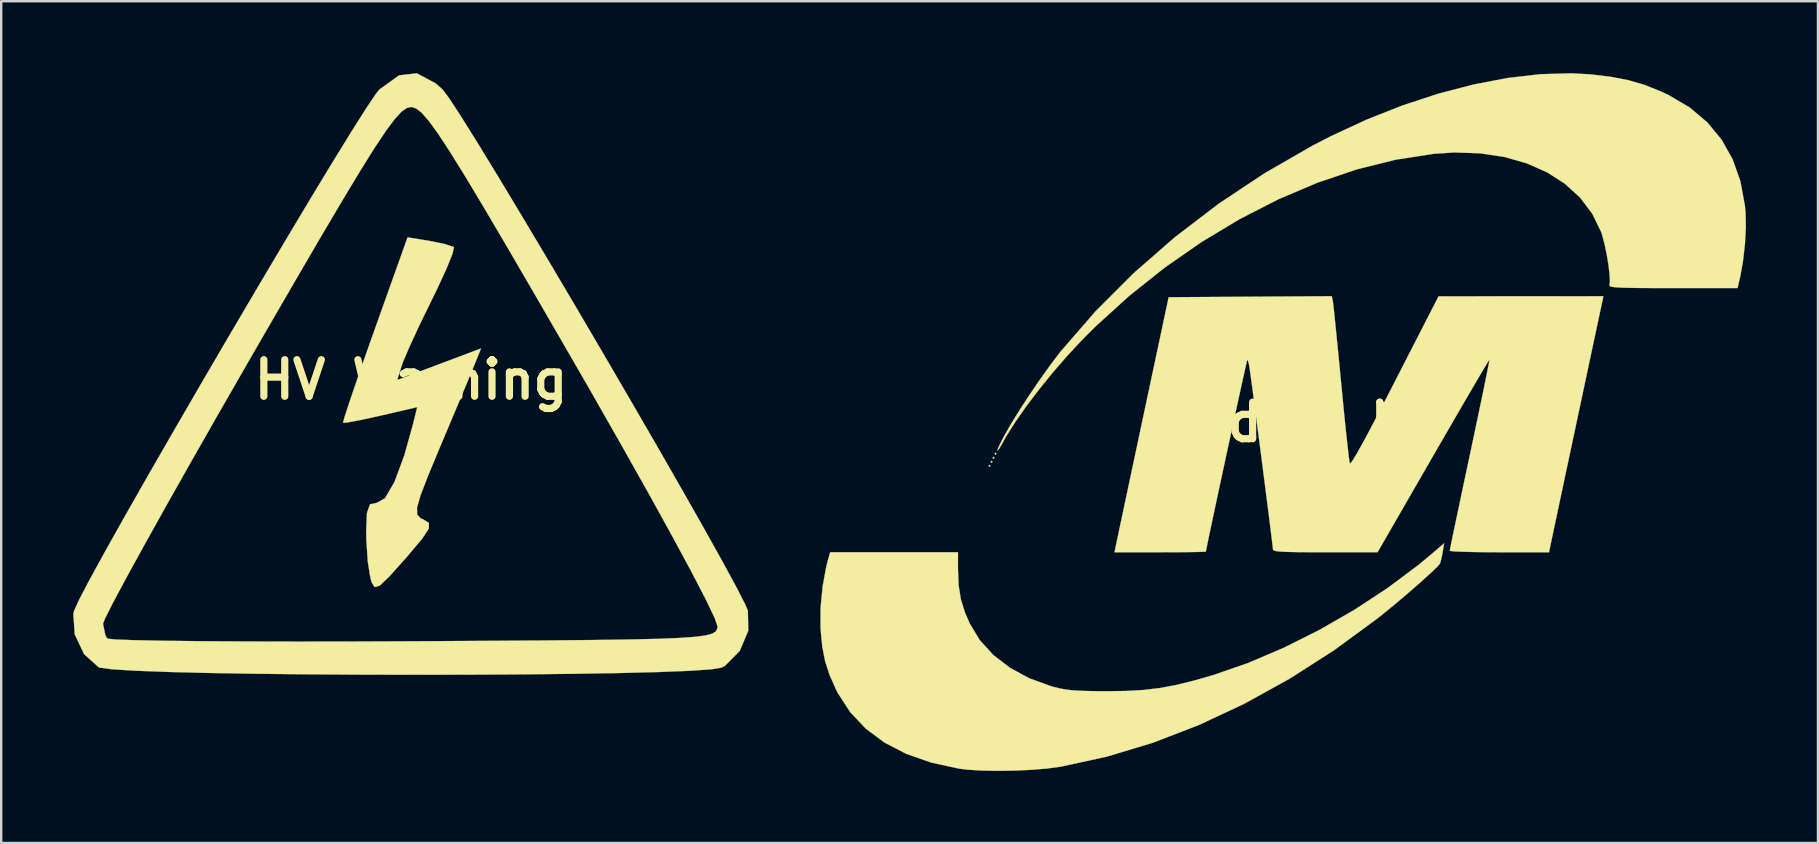
<source format=kicad_pcb>
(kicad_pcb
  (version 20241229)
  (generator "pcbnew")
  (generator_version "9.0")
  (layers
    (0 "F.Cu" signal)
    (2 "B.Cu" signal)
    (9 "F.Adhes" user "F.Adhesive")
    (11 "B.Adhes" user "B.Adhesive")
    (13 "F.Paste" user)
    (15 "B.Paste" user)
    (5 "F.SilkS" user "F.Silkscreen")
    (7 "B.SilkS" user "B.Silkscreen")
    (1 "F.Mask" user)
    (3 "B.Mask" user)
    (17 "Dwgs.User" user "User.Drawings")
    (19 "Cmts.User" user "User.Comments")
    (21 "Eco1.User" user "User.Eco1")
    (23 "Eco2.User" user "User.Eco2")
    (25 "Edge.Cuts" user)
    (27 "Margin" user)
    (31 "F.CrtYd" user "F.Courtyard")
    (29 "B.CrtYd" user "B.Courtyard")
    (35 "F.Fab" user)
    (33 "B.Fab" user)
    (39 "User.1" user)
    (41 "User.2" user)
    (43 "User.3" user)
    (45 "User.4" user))
  (footprint "Modine M"
    (layer "F.Cu")
    (at 50.414 14.542)
    (property "Reference" "Modine M" (at 0 0 0) (layer "F.SilkS") (effects (font (size 1.524 1.524) (thickness 0.3))))
    (attr through_hole)
    (fp_poly (pts (xy -12.192 1.82) (xy -12.234 1.863) (xy -12.277 1.82) (xy -12.234 1.778) (xy -12.192 1.82)) (stroke (width 0.01) (type solid)) (fill yes) (layer "F.SilkS"))
    (fp_poly (pts (xy -12.107 1.651) (xy -12.15 1.693) (xy -12.192 1.651) (xy -12.15 1.609) (xy -12.107 1.651)) (stroke (width 0.01) (type solid)) (fill yes) (layer "F.SilkS"))
    (fp_poly (pts (xy -12.023 1.482) (xy -12.065 1.524) (xy -12.107 1.482) (xy -12.065 1.439) (xy -12.023 1.482)) (stroke (width 0.01) (type solid)) (fill yes) (layer "F.SilkS"))
    (fp_poly (pts (xy -11.938 1.312) (xy -11.98 1.355) (xy -12.023 1.312) (xy -11.98 1.27) (xy -11.938 1.312)) (stroke (width 0.01) (type solid)) (fill yes) (layer "F.SilkS"))
    (fp_poly (pts (xy 6.647 5.422) (xy 6.598 5.674) (xy 6.547 5.858) (xy 6.531 5.897) (xy 6.434 6.011) (xy 6.228 6.212) (xy 5.937 6.48) (xy 5.584 6.795) (xy 5.19 7.136) (xy 4.78 7.485) (xy 4.375 7.82) (xy 4 8.123) (xy 3.92 8.185) (xy 2.115 9.507) (xy 0.267 10.69) (xy -1.613 11.729) (xy -3.514 12.619) (xy -5.427 13.356) (xy -7.34 13.934) (xy -9.243 14.349) (xy -9.271 14.354) (xy -9.832 14.43) (xy -10.492 14.485) (xy -11.203 14.518) (xy -11.92 14.528) (xy -12.594 14.514) (xy -13.18 14.476) (xy -13.504 14.435) (xy -14.668 14.181) (xy -15.704 13.818) (xy -16.61 13.348) (xy -17.387 12.771) (xy -18.034 12.086) (xy -18.549 11.295) (xy -18.631 11.134) (xy -18.898 10.531) (xy -19.083 9.961) (xy -19.201 9.359) (xy -19.268 8.663) (xy -19.274 8.551) (xy -19.272 7.729) (xy -19.189 6.857) (xy -19.037 6.024) (xy -18.963 5.736) (xy -18.873 5.419) (xy -13.547 5.419) (xy -13.547 6.134) (xy -13.52 6.799) (xy -13.429 7.372) (xy -13.259 7.922) (xy -13.061 8.382) (xy -12.639 9.08) (xy -12.075 9.701) (xy -11.381 10.235) (xy -10.572 10.673) (xy -9.659 11.004) (xy -9.582 11.026) (xy -9.313 11.092) (xy -9.043 11.141) (xy -8.738 11.174) (xy -8.362 11.195) (xy -7.882 11.206) (xy -7.366 11.21) (xy -6.543 11.199) (xy -5.816 11.158) (xy -5.135 11.076) (xy -4.447 10.948) (xy -3.705 10.765) (xy -2.89 10.53) (xy -1.451 10.031) (xy 0.028 9.399) (xy 1.513 8.655) (xy 2.969 7.818) (xy 4.359 6.906) (xy 5.65 5.94) (xy 6.212 5.473) (xy 6.709 5.045) (xy 6.647 5.422)) (stroke (width 0.01) (type solid)) (fill yes) (layer "F.SilkS"))
    (fp_poly (pts (xy 12.798 -14.494) (xy 13.651 -14.392) (xy 14.39 -14.25) (xy 15.067 -14.052) (xy 15.735 -13.785) (xy 16.082 -13.621) (xy 16.944 -13.11) (xy 17.674 -12.494) (xy 18.27 -11.774) (xy 18.731 -10.954) (xy 19.056 -10.034) (xy 19.243 -9.017) (xy 19.269 -8.733) (xy 19.282 -8.137) (xy 19.246 -7.451) (xy 19.167 -6.745) (xy 19.052 -6.091) (xy 19.033 -6.009) (xy 18.936 -5.588) (xy 16.244 -5.588) (xy 15.489 -5.589) (xy 14.886 -5.592) (xy 14.422 -5.598) (xy 14.078 -5.608) (xy 13.84 -5.623) (xy 13.691 -5.642) (xy 13.615 -5.668) (xy 13.596 -5.7) (xy 13.599 -5.709) (xy 13.618 -5.887) (xy 13.601 -6.186) (xy 13.555 -6.564) (xy 13.486 -6.979) (xy 13.401 -7.39) (xy 13.307 -7.753) (xy 13.246 -7.939) (xy 12.879 -8.692) (xy 12.375 -9.358) (xy 11.746 -9.933) (xy 11.003 -10.41) (xy 10.157 -10.785) (xy 9.221 -11.052) (xy 8.206 -11.205) (xy 7.124 -11.239) (xy 6.28 -11.184) (xy 4.689 -10.938) (xy 3.07 -10.535) (xy 1.438 -9.983) (xy -0.194 -9.29) (xy -1.81 -8.463) (xy -3.396 -7.51) (xy -4.939 -6.438) (xy -6.423 -5.256) (xy -7.836 -3.97) (xy -8.387 -3.418) (xy -8.989 -2.772) (xy -9.589 -2.08) (xy -10.166 -1.369) (xy -10.698 -0.669) (xy -11.162 -0.008) (xy -11.537 0.585) (xy -11.716 0.91) (xy -11.821 1.09) (xy -11.897 1.182) (xy -11.905 1.185) (xy -11.89 1.117) (xy -11.807 0.934) (xy -11.673 0.669) (xy -11.598 0.529) (xy -11.31 0.029) (xy -10.945 -0.559) (xy -10.532 -1.19) (xy -10.101 -1.82) (xy -9.682 -2.405) (xy -9.305 -2.901) (xy -9.261 -2.955) (xy -7.812 -4.624) (xy -6.224 -6.212) (xy -4.51 -7.708) (xy -2.686 -9.101) (xy -0.767 -10.377) (xy 1.233 -11.526) (xy 1.99 -11.917) (xy 3.477 -12.607) (xy 4.977 -13.199) (xy 6.47 -13.689) (xy 7.939 -14.072) (xy 9.364 -14.344) (xy 10.727 -14.501) (xy 12.01 -14.537) (xy 12.798 -14.494)) (stroke (width 0.01) (type solid)) (fill yes) (layer "F.SilkS"))
    (fp_poly (pts (xy 2.069 -5.06) (xy 2.086 -4.934) (xy 2.117 -4.66) (xy 2.159 -4.257) (xy 2.211 -3.744) (xy 2.271 -3.142) (xy 2.337 -2.47) (xy 2.407 -1.748) (xy 2.416 -1.651) (xy 2.486 -0.926) (xy 2.553 -0.25) (xy 2.616 0.357) (xy 2.672 0.875) (xy 2.719 1.286) (xy 2.754 1.57) (xy 2.777 1.707) (xy 2.779 1.713) (xy 2.823 1.695) (xy 2.923 1.554) (xy 3.083 1.287) (xy 3.306 0.889) (xy 3.593 0.356) (xy 3.947 -0.318) (xy 4.371 -1.137) (xy 4.657 -1.693) (xy 6.477 -5.245) (xy 9.911 -5.247) (xy 13.346 -5.249) (xy 12.305 -0.36) (xy 12.114 0.539) (xy 11.931 1.4) (xy 11.759 2.206) (xy 11.603 2.941) (xy 11.465 3.589) (xy 11.35 4.134) (xy 11.26 4.559) (xy 11.198 4.848) (xy 11.172 4.974) (xy 11.079 5.419) (xy 9.011 5.419) (xy 8.439 5.416) (xy 7.929 5.409) (xy 7.501 5.398) (xy 7.18 5.385) (xy 6.989 5.368) (xy 6.944 5.355) (xy 6.961 5.262) (xy 7.01 5.02) (xy 7.088 4.645) (xy 7.191 4.153) (xy 7.316 3.562) (xy 7.458 2.887) (xy 7.615 2.145) (xy 7.784 1.355) (xy 7.951 0.564) (xy 8.107 -0.174) (xy 8.247 -0.845) (xy 8.369 -1.43) (xy 8.468 -1.916) (xy 8.541 -2.284) (xy 8.586 -2.519) (xy 8.599 -2.606) (xy 8.599 -2.606) (xy 8.553 -2.539) (xy 8.431 -2.339) (xy 8.24 -2.018) (xy 7.988 -1.59) (xy 7.682 -1.067) (xy 7.331 -0.464) (xy 6.942 0.207) (xy 6.522 0.933) (xy 6.256 1.393) (xy 3.937 5.416) (xy 1.757 5.417) (xy 1.086 5.417) (xy 0.566 5.413) (xy 0.178 5.405) (xy -0.096 5.393) (xy -0.274 5.374) (xy -0.375 5.348) (xy -0.418 5.313) (xy -0.423 5.29) (xy -0.434 5.184) (xy -0.464 4.931) (xy -0.511 4.552) (xy -0.571 4.068) (xy -0.643 3.499) (xy -0.724 2.867) (xy -0.811 2.192) (xy -0.9 1.496) (xy -0.991 0.799) (xy -1.079 0.122) (xy -1.162 -0.514) (xy -1.238 -1.088) (xy -1.303 -1.579) (xy -1.356 -1.967) (xy -1.393 -2.23) (xy -1.405 -2.313) (xy -1.445 -2.508) (xy -1.484 -2.6) (xy -1.492 -2.6) (xy -1.515 -2.515) (xy -1.568 -2.284) (xy -1.648 -1.927) (xy -1.75 -1.463) (xy -1.871 -0.912) (xy -2.006 -0.292) (xy -2.151 0.375) (xy -2.302 1.071) (xy -2.454 1.776) (xy -2.603 2.47) (xy -2.746 3.134) (xy -2.877 3.749) (xy -2.993 4.294) (xy -3.089 4.751) (xy -3.161 5.099) (xy -3.205 5.319) (xy -3.217 5.391) (xy -3.298 5.399) (xy -3.524 5.406) (xy -3.872 5.412) (xy -4.317 5.416) (xy -4.836 5.418) (xy -5.12 5.419) (xy -7.023 5.419) (xy -6.973 5.168) (xy -6.947 5.042) (xy -6.888 4.765) (xy -6.801 4.353) (xy -6.688 3.821) (xy -6.553 3.184) (xy -6.399 2.457) (xy -6.229 1.655) (xy -6.045 0.793) (xy -5.853 -0.114) (xy -5.846 -0.145) (xy -4.769 -5.207) (xy -1.37 -5.229) (xy 2.028 -5.251) (xy 2.069 -5.06)) (stroke (width 0.01) (type solid)) (fill yes) (layer "F.SilkS")))
  (footprint "HV Warning"
    (layer "F.Cu")
    (at 14.076 12.772)
    (property "Reference" "HV Warning" (at 0 0 0) (layer "F.SilkS") (effects (font (size 1.524 1.524) (thickness 0.3))))
    (attr through_hole)
    (fp_poly (pts (xy 0.763 -5.785) (xy 1.407 -5.654) (xy 1.773 -5.532) (xy 1.788 -5.52) (xy 1.729 -5.246) (xy 1.472 -4.611) (xy 1.066 -3.733) (xy 0.854 -3.303) (xy 0.352 -2.274) (xy -0.069 -1.364) (xy -0.34 -0.725) (xy -0.385 -0.596) (xy -0.574 0.01) (xy 2.915 -1.303) (xy 2.683 -0.718) (xy 2.488 -0.245) (xy 2.137 0.597) (xy 1.681 1.683) (xy 1.231 2.751) (xy 0.717 3.984) (xy 0.396 4.815) (xy 0.25 5.331) (xy 0.257 5.621) (xy 0.397 5.772) (xy 0.518 5.826) (xy 0.745 5.965) (xy 0.743 6.198) (xy 0.469 6.619) (xy -0.122 7.322) (xy -0.247 7.464) (xy -0.905 8.2) (xy -1.3 8.577) (xy -1.516 8.642) (xy -1.64 8.442) (xy -1.691 8.266) (xy -1.798 7.603) (xy -1.861 6.699) (xy -1.868 6.338) (xy -1.837 5.555) (xy -1.709 5.191) (xy -1.446 5.133) (xy -1.435 5.135) (xy -1.083 4.936) (xy -0.69 4.259) (xy -0.279 3.155) (xy 0.087 1.841) (xy 0.259 1.142) (xy -1.263 1.495) (xy -2.084 1.676) (xy -2.656 1.782) (xy -2.833 1.794) (xy -2.764 1.536) (xy -2.544 0.864) (xy -2.202 -0.135) (xy -1.769 -1.374) (xy -1.512 -2.097) (xy -0.144 -5.932) (xy 0.763 -5.785)) (stroke (width 0.01) (type solid)) (fill yes) (layer "F.SilkS"))
    (fp_poly (pts (xy 1.021 -12.351) (xy 1.311 -12.098) (xy 1.579 -11.743) (xy 2.076 -10.982) (xy 2.77 -9.872) (xy 3.625 -8.473) (xy 4.607 -6.842) (xy 5.683 -5.038) (xy 6.818 -3.12) (xy 7.978 -1.145) (xy 9.128 0.827) (xy 10.235 2.739) (xy 11.264 4.533) (xy 12.181 6.149) (xy 12.952 7.529) (xy 13.543 8.616) (xy 13.919 9.35) (xy 14.036 9.623) (xy 14.053 10.456) (xy 13.7 11.298) (xy 13.083 11.919) (xy 12.937 11.997) (xy 12.516 12.067) (xy 11.628 12.128) (xy 10.338 12.179) (xy 8.712 12.221) (xy 6.817 12.253) (xy 4.717 12.276) (xy 2.48 12.29) (xy 0.171 12.294) (xy -2.143 12.289) (xy -4.398 12.274) (xy -6.527 12.251) (xy -8.464 12.218) (xy -10.143 12.176) (xy -11.499 12.125) (xy -12.464 12.065) (xy -12.974 11.996) (xy -13.015 11.981) (xy -13.624 11.432) (xy -14.012 10.61) (xy -14.042 10.17) (xy -12.834 10.17) (xy -12.734 10.658) (xy -12.653 10.786) (xy -12.357 10.822) (xy -11.579 10.851) (xy -10.373 10.876) (xy -8.792 10.894) (xy -6.889 10.906) (xy -4.717 10.911) (xy -2.33 10.908) (xy 0.114 10.898) (xy 3.032 10.881) (xy 5.461 10.865) (xy 7.445 10.847) (xy 9.031 10.825) (xy 10.263 10.797) (xy 11.186 10.76) (xy 11.846 10.713) (xy 12.288 10.654) (xy 12.557 10.58) (xy 12.699 10.489) (xy 12.759 10.378) (xy 12.775 10.294) (xy 12.66 9.946) (xy 12.295 9.179) (xy 11.7 8.031) (xy 10.898 6.544) (xy 9.911 4.757) (xy 8.76 2.71) (xy 7.468 0.444) (xy 6.75 -0.802) (xy 5.296 -3.314) (xy 4.083 -5.399) (xy 3.083 -7.097) (xy 2.275 -8.445) (xy 1.632 -9.483) (xy 1.129 -10.249) (xy 0.744 -10.781) (xy 0.449 -11.118) (xy 0.222 -11.299) (xy 0.038 -11.361) (xy 0 -11.363) (xy -0.179 -11.321) (xy -0.394 -11.17) (xy -0.671 -10.871) (xy -1.035 -10.386) (xy -1.509 -9.675) (xy -2.118 -8.701) (xy -2.888 -7.424) (xy -3.843 -5.807) (xy -5.007 -3.81) (xy -6.405 -1.396) (xy -6.741 -0.814) (xy -7.993 1.363) (xy -9.158 3.407) (xy -10.21 5.27) (xy -11.121 6.904) (xy -11.866 8.26) (xy -12.417 9.29) (xy -12.747 9.946) (xy -12.834 10.17) (xy -14.042 10.17) (xy -14.071 9.765) (xy -14.034 9.617) (xy -13.828 9.163) (xy -13.383 8.315) (xy -12.734 7.133) (xy -11.915 5.674) (xy -10.961 3.998) (xy -9.904 2.163) (xy -8.781 0.226) (xy -7.624 -1.754) (xy -6.468 -3.717) (xy -5.348 -5.607) (xy -4.297 -7.364) (xy -3.35 -8.93) (xy -2.54 -10.246) (xy -1.903 -11.255) (xy -1.472 -11.898) (xy -1.313 -12.098) (xy -0.496 -12.683) (xy 0.244 -12.767) (xy 1.021 -12.351)) (stroke (width 0.01) (type solid)) (fill yes) (layer "F.SilkS")))
  (gr_rect
    (start -3 -3)
    (end 72.7 32.075)
    (stroke (width 0.1) (type default))
    (fill no)
    (layer "Edge.Cuts")))
</source>
